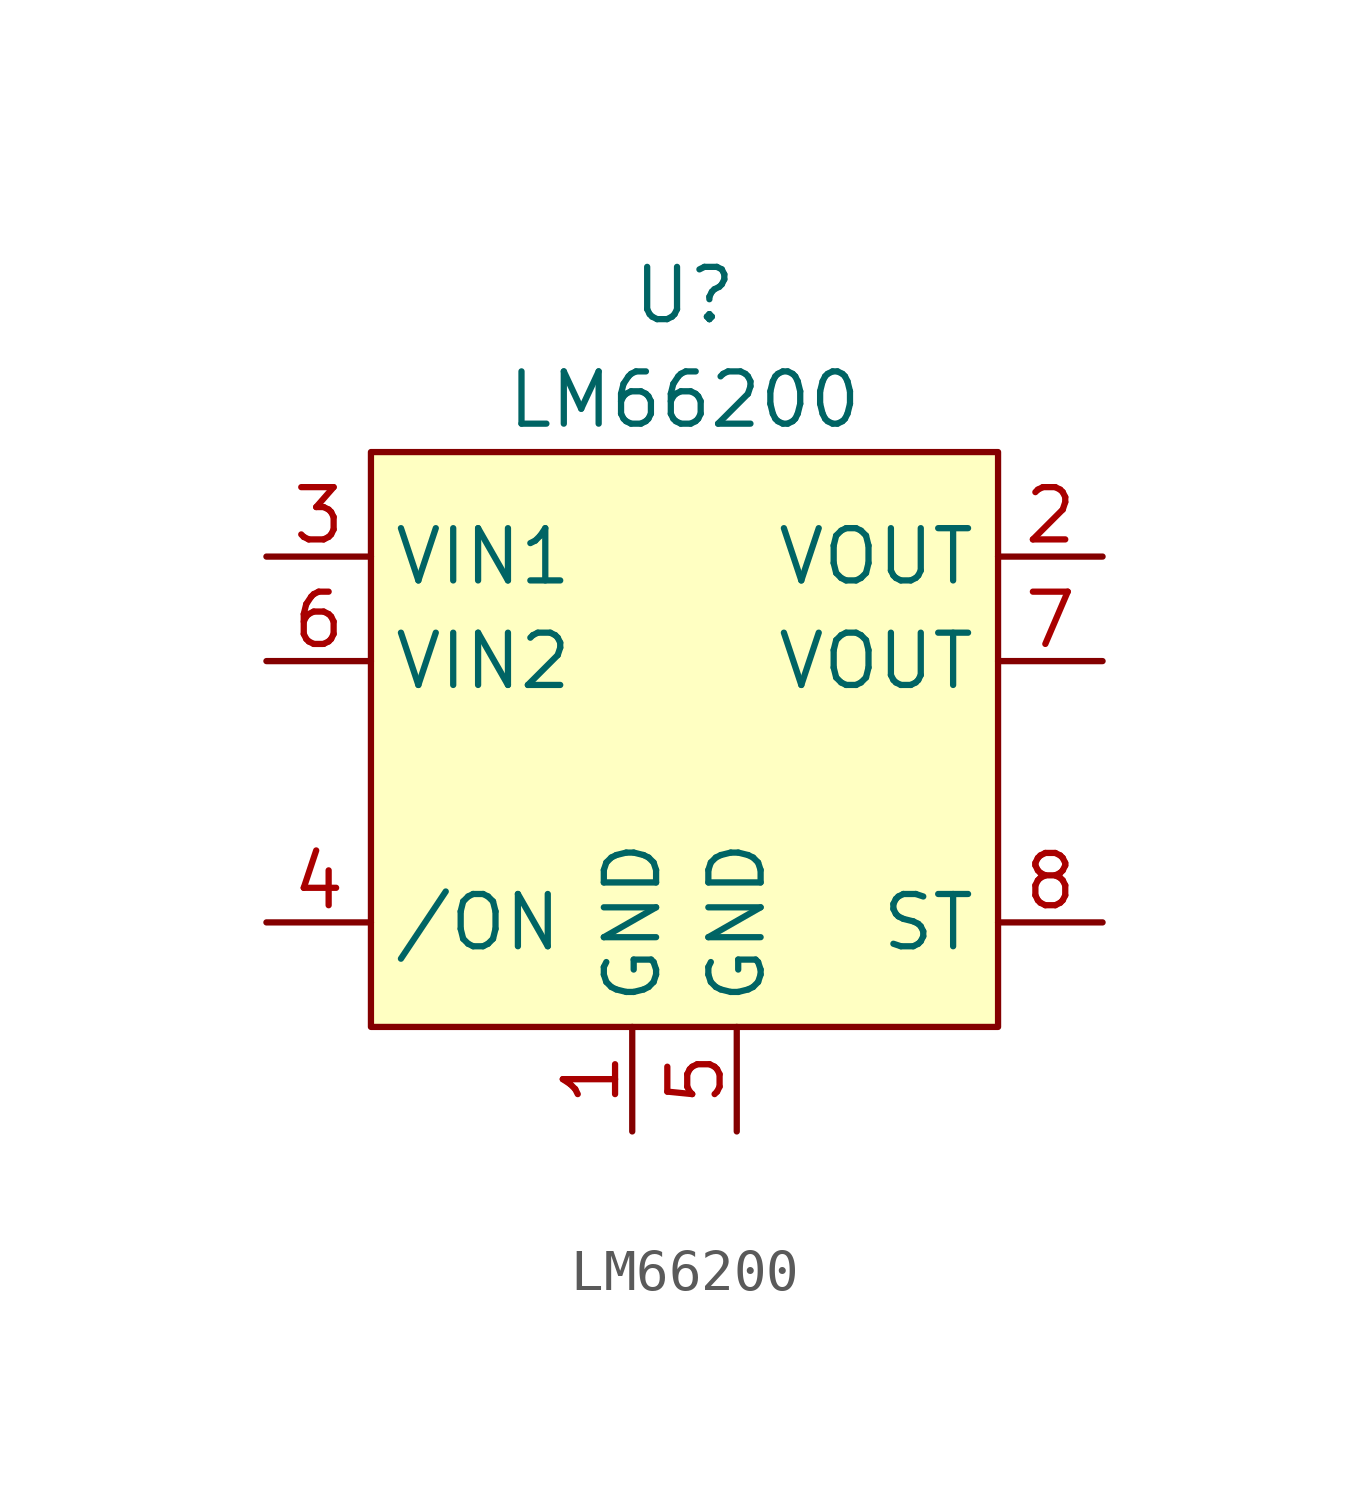
<source format=kicad_sym>
(kicad_symbol_lib
  (version 20211014)
  (generator kicad_symbol_editor)
  (symbol "LM66200"
    (property "Reference" "U"
      (at 0 8.89 0)
      (effects (font (size 1.27 1.27))))
    (property "Value" "LM66200"
      (at 0 6.35 0)
      (effects (font (size 1.27 1.27))))
    (symbol "LM66200_0_1"
      (rectangle (start -7.62 5.08) (end 7.62 -8.89) (stroke (width 0) (type default) (color 0 0 0 0)) (fill (type background))))
    (symbol "LM66200_1_1"
      (pin power_in line (at -1.27 -11.43 90) (length 2.54) (name "GND" (effects (font (size 1.27 1.27)))) (number "1" (effects (font (size 1.27 1.27)))))
      (pin power_out line (at 10.16 2.54 180) (length 2.54) (name "VOUT" (effects (font (size 1.27 1.27)))) (number "2" (effects (font (size 1.27 1.27)))))
      (pin input line (at -10.16 2.54 0) (length 2.54) (name "VIN1" (effects (font (size 1.27 1.27)))) (number "3" (effects (font (size 1.27 1.27)))))
      (pin input line (at -10.16 -6.35 0) (length 2.54) (name "/ON" (effects (font (size 1.27 1.27)))) (number "4" (effects (font (size 1.27 1.27)))))
      (pin power_in line (at 1.27 -11.43 90) (length 2.54) (name "GND" (effects (font (size 1.27 1.27)))) (number "5" (effects (font (size 1.27 1.27)))))
      (pin input line (at -10.16 0 0) (length 2.54) (name "VIN2" (effects (font (size 1.27 1.27)))) (number "6" (effects (font (size 1.27 1.27)))))
      (pin power_out line (at 10.16 0 180) (length 2.54) (name "VOUT" (effects (font (size 1.27 1.27)))) (number "7" (effects (font (size 1.27 1.27)))))
      (pin output line (at 10.16 -6.35 180) (length 2.54) (name "ST" (effects (font (size 1.27 1.27)))) (number "8" (effects (font (size 1.27 1.27))))))))
</source>
